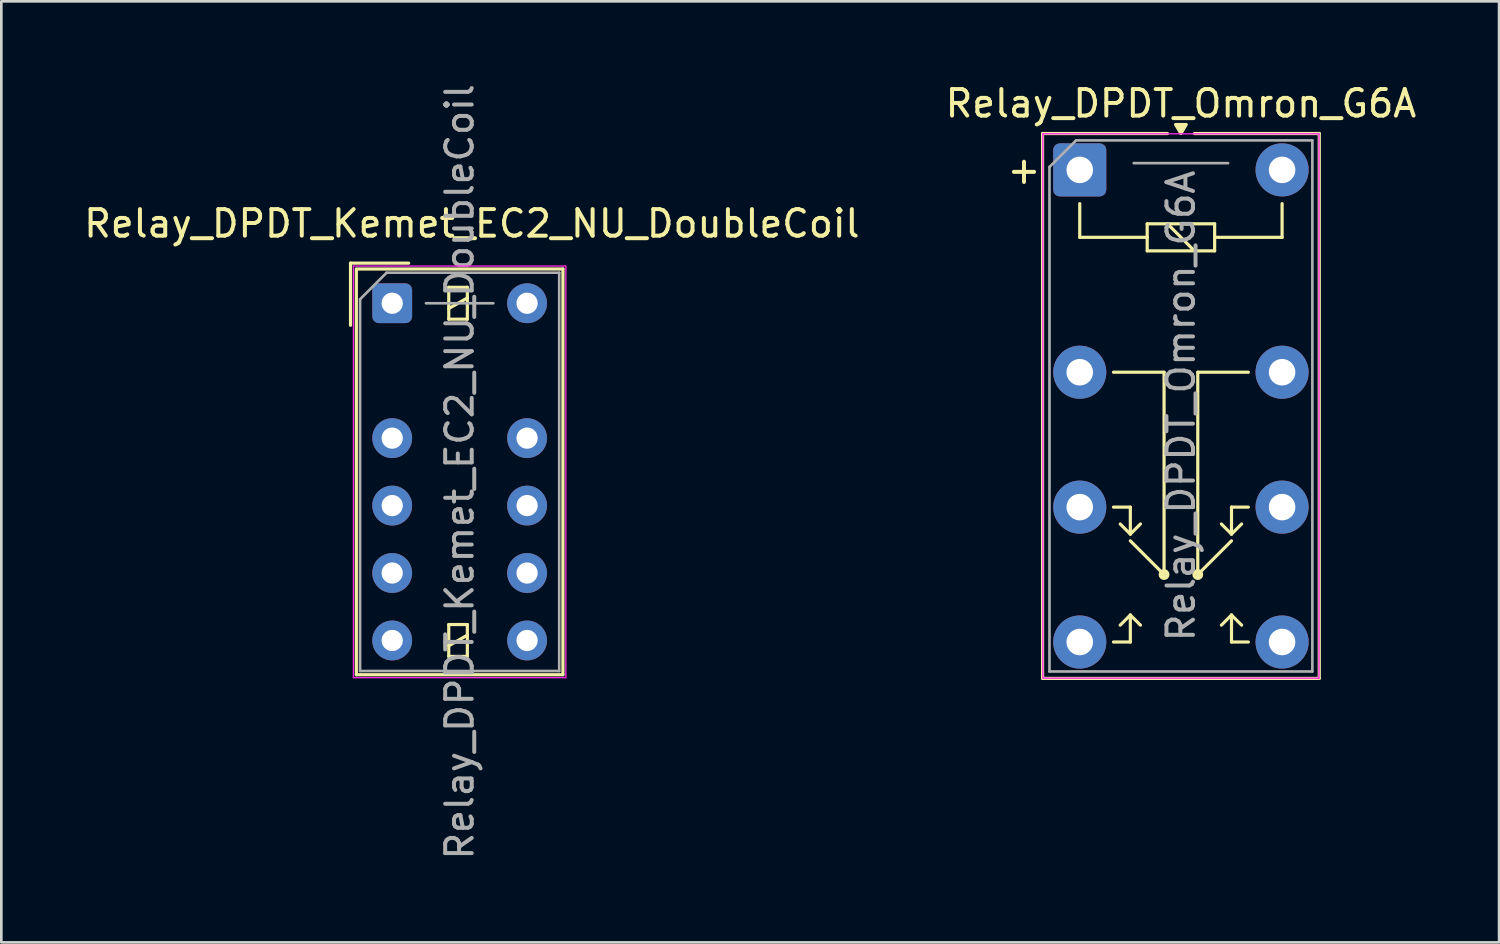
<source format=kicad_pcb>
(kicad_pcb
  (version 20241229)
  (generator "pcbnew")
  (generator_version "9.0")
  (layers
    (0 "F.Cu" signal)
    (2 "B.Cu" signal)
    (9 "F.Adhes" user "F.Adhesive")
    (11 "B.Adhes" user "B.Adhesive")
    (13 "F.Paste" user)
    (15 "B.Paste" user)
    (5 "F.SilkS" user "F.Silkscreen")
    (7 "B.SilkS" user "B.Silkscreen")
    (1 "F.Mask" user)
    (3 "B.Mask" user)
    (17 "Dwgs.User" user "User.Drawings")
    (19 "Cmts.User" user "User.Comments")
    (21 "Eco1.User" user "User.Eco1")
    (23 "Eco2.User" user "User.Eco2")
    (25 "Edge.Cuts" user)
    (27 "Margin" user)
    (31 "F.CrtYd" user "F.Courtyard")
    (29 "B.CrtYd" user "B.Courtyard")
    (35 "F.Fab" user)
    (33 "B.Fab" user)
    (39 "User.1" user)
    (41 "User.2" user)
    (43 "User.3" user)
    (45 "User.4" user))
  (footprint "Relay_DPDT_Kemet_EC2_NU_DoubleCoil"
    (layer "F.Cu")
    (at 11.72 8.37)
    (property "Reference" "Relay_DPDT_Kemet_EC2_NU_DoubleCoil" (at 3 -3 180) (layer "F.SilkS") (effects (font (size 1 1) (thickness 0.15))))
    (attr through_hole)
    (fp_line (start -1.57 -1.51) (end 0.62 -1.51) (stroke (width 0.12) (type solid)) (layer "F.SilkS"))
    (fp_line (start -1.57 0.83) (end -1.57 -1.51) (stroke (width 0.12) (type solid)) (layer "F.SilkS"))
    (fp_line (start -1.35 -1.27) (end -1.35 13.99) (stroke (width 0.12) (type solid)) (layer "F.SilkS"))
    (fp_line (start 2.13 -0.6) (end 2.13 0.6) (stroke (width 0.12) (type solid)) (layer "F.SilkS"))
    (fp_line (start 2.13 0.2) (end 2.83 -0.2) (stroke (width 0.12) (type solid)) (layer "F.SilkS"))
    (fp_line (start 2.13 0.6) (end 2.83 0.6) (stroke (width 0.12) (type solid)) (layer "F.SilkS"))
    (fp_line (start 2.13 12.1) (end 2.13 13.3) (stroke (width 0.12) (type solid)) (layer "F.SilkS"))
    (fp_line (start 2.13 12.9) (end 2.83 12.5) (stroke (width 0.12) (type solid)) (layer "F.SilkS"))
    (fp_line (start 2.13 13.3) (end 2.83 13.3) (stroke (width 0.12) (type solid)) (layer "F.SilkS"))
    (fp_line (start 2.83 -0.6) (end 2.13 -0.6) (stroke (width 0.12) (type solid)) (layer "F.SilkS"))
    (fp_line (start 2.83 0.6) (end 2.83 -0.6) (stroke (width 0.12) (type solid)) (layer "F.SilkS"))
    (fp_line (start 2.83 12.1) (end 2.13 12.1) (stroke (width 0.12) (type solid)) (layer "F.SilkS"))
    (fp_line (start 2.83 13.3) (end 2.83 12.1) (stroke (width 0.12) (type solid)) (layer "F.SilkS"))
    (fp_line (start 6.43 -1.29) (end -1.35 -1.29) (stroke (width 0.12) (type solid)) (layer "F.SilkS"))
    (fp_line (start 6.43 -1.29) (end 6.43 13.99) (stroke (width 0.12) (type solid)) (layer "F.SilkS"))
    (fp_line (start 6.43 13.99) (end -1.35 13.99) (stroke (width 0.12) (type solid)) (layer "F.SilkS"))
    (fp_line (start -1.46 -1.4) (end -1.46 14.1) (stroke (width 0.05) (type solid)) (layer "F.CrtYd"))
    (fp_line (start -1.46 14.1) (end 6.54 14.1) (stroke (width 0.05) (type solid)) (layer "F.CrtYd"))
    (fp_line (start 6.54 -1.4) (end -1.46 -1.4) (stroke (width 0.05) (type solid)) (layer "F.CrtYd"))
    (fp_line (start 6.54 -1.4) (end 6.54 14.1) (stroke (width 0.05) (type solid)) (layer "F.CrtYd"))
    (fp_line (start -1.21 -0.15) (end -1.21 13.85) (stroke (width 0.1) (type solid)) (layer "F.Fab"))
    (fp_line (start -1.21 -0.15) (end -0.21 -1.15) (stroke (width 0.1) (type solid)) (layer "F.Fab"))
    (fp_line (start 1.27 0) (end 3.81 0) (stroke (width 0.1) (type solid)) (layer "F.Fab"))
    (fp_line (start 6.29 -1.15) (end -0.21 -1.15) (stroke (width 0.1) (type solid)) (layer "F.Fab"))
    (fp_line (start 6.29 -1.15) (end 6.29 13.85) (stroke (width 0.1) (type solid)) (layer "F.Fab"))
    (fp_line (start 6.29 13.85) (end -1.21 13.85) (stroke (width 0.1) (type solid)) (layer "F.Fab"))
    (fp_text user "${REFERENCE}" (at 2.54 6.35 90) (layer "F.Fab") (effects (font (size 1 1) (thickness 0.15))))
    (pad "1" thru_hole roundrect (at 0 0) (size 1.5 1.5) (drill 0.8) (layers "*.Cu" "*.Mask") (roundrect_rratio 0.167))
    (pad "3" thru_hole circle (at 0 5.08) (size 1.5 1.5) (drill 0.8) (layers "*.Cu" "*.Mask"))
    (pad "4" thru_hole circle (at 0 7.62) (size 1.5 1.5) (drill 0.8) (layers "*.Cu" "*.Mask"))
    (pad "5" thru_hole circle (at 0 10.16) (size 1.5 1.5) (drill 0.8) (layers "*.Cu" "*.Mask"))
    (pad "6" thru_hole circle (at 0 12.7) (size 1.5 1.5) (drill 0.8) (layers "*.Cu" "*.Mask"))
    (pad "7" thru_hole circle (at 5.08 12.7) (size 1.5 1.5) (drill 0.8) (layers "*.Cu" "*.Mask"))
    (pad "8" thru_hole circle (at 5.08 10.16) (size 1.5 1.5) (drill 0.8) (layers "*.Cu" "*.Mask"))
    (pad "9" thru_hole circle (at 5.08 7.62) (size 1.5 1.5) (drill 0.8) (layers "*.Cu" "*.Mask"))
    (pad "10" thru_hole circle (at 5.08 5.08) (size 1.5 1.5) (drill 0.8) (layers "*.Cu" "*.Mask"))
    (pad "12" thru_hole circle (at 5.08 0) (size 1.5 1.5) (drill 0.8) (layers "*.Cu" "*.Mask")))
  (footprint "Relay_DPDT_Omron_G6A"
    (layer "F.Cu")
    (at 37.613 3.348)
    (property "Reference" "Relay_DPDT_Omron_G6A" (at 3.81 -2.5 0) (layer "F.SilkS") (effects (font (size 1 1) (thickness 0.15))))
    (attr through_hole)
    (fp_line (start -1.4 -1.37) (end -1.4 19.15) (stroke (width 0.12) (type solid)) (layer "F.SilkS"))
    (fp_line (start -1.4 19.15) (end 9.02 19.15) (stroke (width 0.12) (type solid)) (layer "F.SilkS"))
    (fp_line (start 0 1.27) (end 0 2.54) (stroke (width 0.12) (type solid)) (layer "F.SilkS"))
    (fp_line (start 0 2.54) (end 2.54 2.54) (stroke (width 0.12) (type solid)) (layer "F.SilkS"))
    (fp_line (start 1.27 7.62) (end 3.175 7.62) (stroke (width 0.12) (type solid)) (layer "F.SilkS"))
    (fp_line (start 1.27 12.7) (end 1.905 12.7) (stroke (width 0.12) (type solid)) (layer "F.SilkS"))
    (fp_line (start 1.27 17.78) (end 1.905 17.78) (stroke (width 0.12) (type solid)) (layer "F.SilkS"))
    (fp_line (start 1.905 12.7) (end 1.905 13.716) (stroke (width 0.12) (type solid)) (layer "F.SilkS"))
    (fp_line (start 1.905 13.716) (end 1.524 13.335) (stroke (width 0.12) (type solid)) (layer "F.SilkS"))
    (fp_line (start 1.905 13.716) (end 2.286 13.335) (stroke (width 0.12) (type solid)) (layer "F.SilkS"))
    (fp_line (start 1.905 16.764) (end 1.524 17.145) (stroke (width 0.12) (type solid)) (layer "F.SilkS"))
    (fp_line (start 1.905 16.764) (end 1.905 17.78) (stroke (width 0.12) (type solid)) (layer "F.SilkS"))
    (fp_line (start 1.905 16.764) (end 2.286 17.145) (stroke (width 0.12) (type solid)) (layer "F.SilkS"))
    (fp_line (start 2.54 2.03) (end 5.08 2.03) (stroke (width 0.12) (type solid)) (layer "F.SilkS"))
    (fp_line (start 2.54 2.54) (end 2.54 2.03) (stroke (width 0.12) (type solid)) (layer "F.SilkS"))
    (fp_line (start 2.54 3.05) (end 2.54 2.54) (stroke (width 0.12) (type solid)) (layer "F.SilkS"))
    (fp_line (start 3.175 7.62) (end 3.175 15.24) (stroke (width 0.12) (type solid)) (layer "F.SilkS"))
    (fp_line (start 3.175 15.24) (end 1.905 13.97) (stroke (width 0.12) (type solid)) (layer "F.SilkS"))
    (fp_line (start 3.302 -1.37) (end -1.4 -1.37) (stroke (width 0.12) (type solid)) (layer "F.SilkS"))
    (fp_line (start 3.302 2.03) (end 4.318 3.05) (stroke (width 0.12) (type solid)) (layer "F.SilkS"))
    (fp_line (start 4.445 7.62) (end 4.445 15.24) (stroke (width 0.12) (type solid)) (layer "F.SilkS"))
    (fp_line (start 4.445 15.24) (end 5.715 13.97) (stroke (width 0.12) (type solid)) (layer "F.SilkS"))
    (fp_line (start 5.08 2.03) (end 5.08 2.54) (stroke (width 0.12) (type solid)) (layer "F.SilkS"))
    (fp_line (start 5.08 2.54) (end 5.08 3.05) (stroke (width 0.12) (type solid)) (layer "F.SilkS"))
    (fp_line (start 5.08 2.54) (end 7.62 2.54) (stroke (width 0.12) (type solid)) (layer "F.SilkS"))
    (fp_line (start 5.08 3.05) (end 2.54 3.05) (stroke (width 0.12) (type solid)) (layer "F.SilkS"))
    (fp_line (start 5.715 12.7) (end 5.715 13.716) (stroke (width 0.12) (type solid)) (layer "F.SilkS"))
    (fp_line (start 5.715 13.716) (end 5.334 13.335) (stroke (width 0.12) (type solid)) (layer "F.SilkS"))
    (fp_line (start 5.715 13.716) (end 6.096 13.335) (stroke (width 0.12) (type solid)) (layer "F.SilkS"))
    (fp_line (start 5.715 16.764) (end 5.334 17.145) (stroke (width 0.12) (type solid)) (layer "F.SilkS"))
    (fp_line (start 5.715 16.764) (end 5.715 17.78) (stroke (width 0.12) (type solid)) (layer "F.SilkS"))
    (fp_line (start 5.715 16.764) (end 6.096 17.145) (stroke (width 0.12) (type solid)) (layer "F.SilkS"))
    (fp_line (start 6.35 7.62) (end 4.445 7.62) (stroke (width 0.12) (type solid)) (layer "F.SilkS"))
    (fp_line (start 6.35 12.7) (end 5.715 12.7) (stroke (width 0.12) (type solid)) (layer "F.SilkS"))
    (fp_line (start 6.35 17.78) (end 5.715 17.78) (stroke (width 0.12) (type solid)) (layer "F.SilkS"))
    (fp_line (start 7.62 2.54) (end 7.62 1.27) (stroke (width 0.12) (type solid)) (layer "F.SilkS"))
    (fp_line (start 9.02 -1.37) (end 4.318 -1.37) (stroke (width 0.12) (type solid)) (layer "F.SilkS"))
    (fp_line (start 9.02 19.15) (end 9.02 -1.37) (stroke (width 0.12) (type solid)) (layer "F.SilkS"))
    (fp_circle (center 3.175 15.24) (end 3.305 15.24) (stroke (width 0.15) (type solid)) (fill no) (layer "F.SilkS"))
    (fp_circle (center 4.445 15.24) (end 4.575 15.24) (stroke (width 0.15) (type solid)) (fill no) (layer "F.SilkS"))
    (fp_poly (pts (xy 3.81 -1.37) (xy 3.61 -1.709) (xy 4.01 -1.709) (xy 3.81 -1.37)) (stroke (width 0.12) (type solid)) (fill yes) (layer "F.SilkS"))
    (fp_line (start -1.39 -1.36) (end -1.39 19.14) (stroke (width 0.05) (type solid)) (layer "F.CrtYd"))
    (fp_line (start -1.39 -1.36) (end 9.01 -1.36) (stroke (width 0.05) (type solid)) (layer "F.CrtYd"))
    (fp_line (start 9.01 -1.36) (end 9.01 19.14) (stroke (width 0.05) (type solid)) (layer "F.CrtYd"))
    (fp_line (start 9.01 19.14) (end -1.39 19.14) (stroke (width 0.05) (type solid)) (layer "F.CrtYd"))
    (fp_line (start -1.14 -0.11) (end -0.14 -1.11) (stroke (width 0.1) (type solid)) (layer "F.Fab"))
    (fp_line (start -1.14 18.89) (end -1.14 -0.11) (stroke (width 0.1) (type solid)) (layer "F.Fab"))
    (fp_line (start -1.14 18.89) (end 8.76 18.89) (stroke (width 0.1) (type solid)) (layer "F.Fab"))
    (fp_line (start -0.14 -1.11) (end 8.76 -1.11) (stroke (width 0.1) (type solid)) (layer "F.Fab"))
    (fp_line (start 2.032 -0.254) (end 5.588 -0.254) (stroke (width 0.1) (type default)) (layer "F.Fab"))
    (fp_line (start 8.76 18.89) (end 8.76 -1.11) (stroke (width 0.1) (type solid)) (layer "F.Fab"))
    (fp_text user "+" (at -2.1 0 0) (unlocked yes) (layer "F.SilkS") (effects (font (size 1 1) (thickness 0.15))))
    (fp_text user "${REFERENCE}" (at 3.81 8.89 90) (layer "F.Fab") (effects (font (size 1 1) (thickness 0.15))))
    (pad "11" thru_hole circle (at 0 7.62) (size 2 2) (drill 1) (layers "*.Cu" "*.Mask"))
    (pad "12" thru_hole circle (at 0 12.7) (size 2 2) (drill 1) (layers "*.Cu" "*.Mask"))
    (pad "14" thru_hole circle (at 0 17.78) (size 2 2) (drill 1) (layers "*.Cu" "*.Mask"))
    (pad "21" thru_hole circle (at 7.62 7.62) (size 2 2) (drill 1) (layers "*.Cu" "*.Mask"))
    (pad "22" thru_hole circle (at 7.62 12.7) (size 2 2) (drill 1) (layers "*.Cu" "*.Mask"))
    (pad "24" thru_hole circle (at 7.62 17.78) (size 2 2) (drill 1) (layers "*.Cu" "*.Mask"))
    (pad "A1" thru_hole roundrect (at 0 0) (size 2 2) (drill 1) (layers "*.Cu" "*.Mask") (roundrect_rratio 0.125))
    (pad "A2" thru_hole circle (at 7.62 0) (size 2 2) (drill 1) (layers "*.Cu" "*.Mask")))
  (gr_rect
    (start -3 -3)
    (end 53.405 32.44)
    (stroke (width 0.1) (type default))
    (fill no)
    (layer "Edge.Cuts")))
</source>
